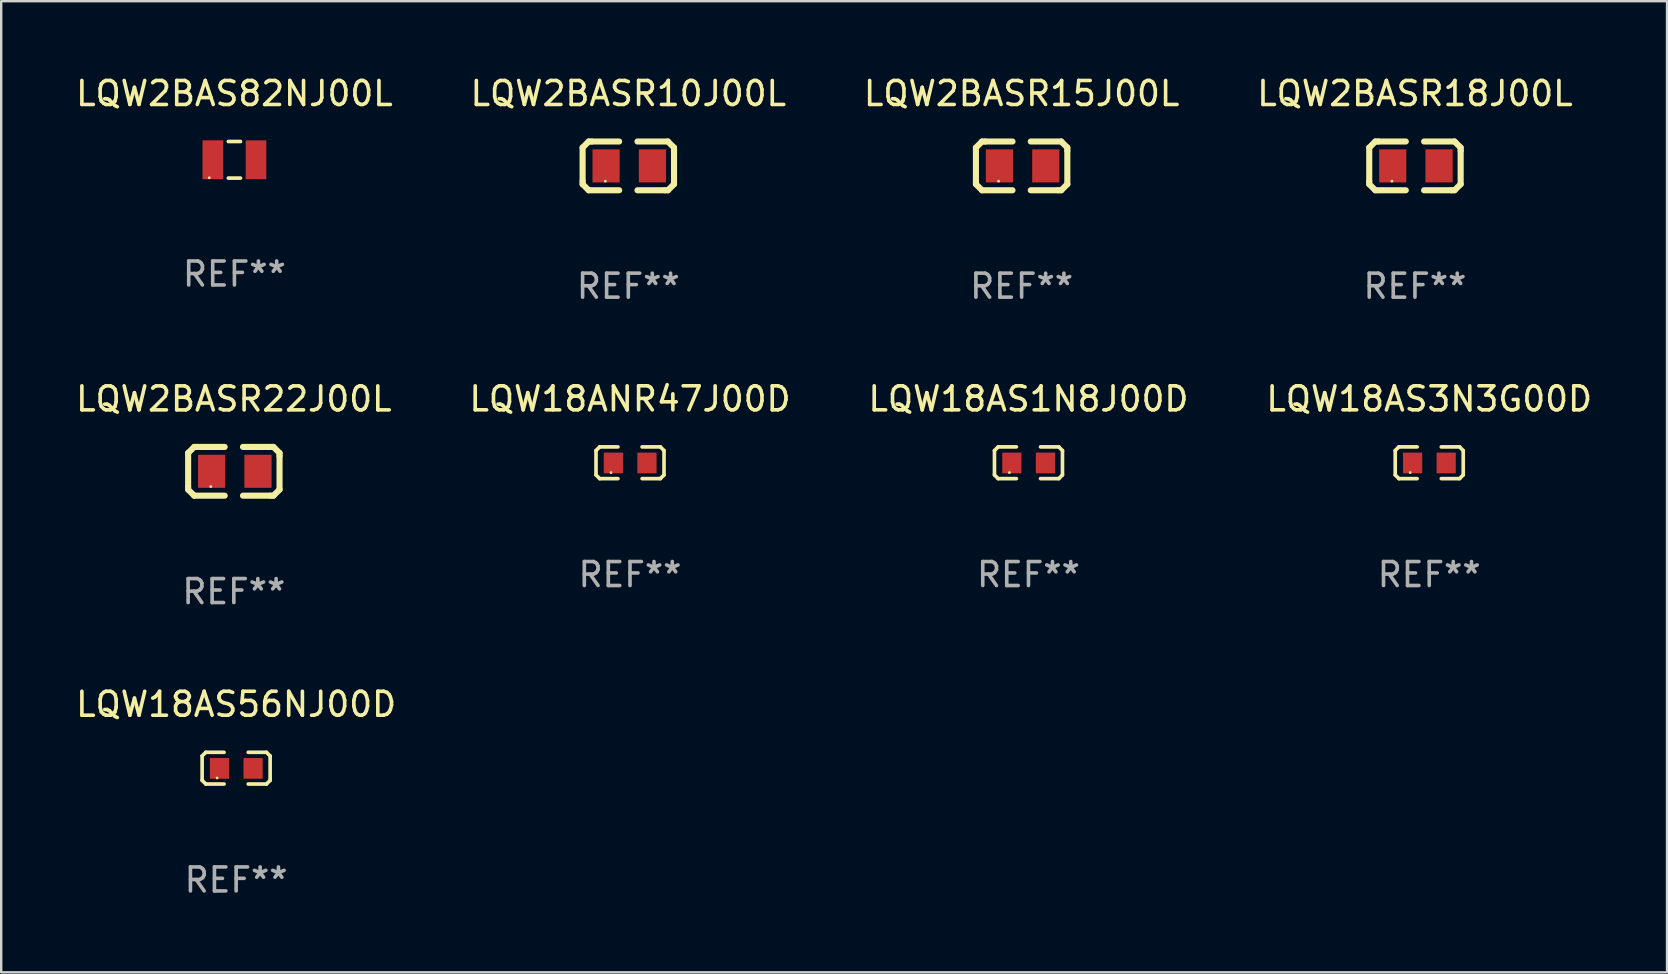
<source format=kicad_pcb>
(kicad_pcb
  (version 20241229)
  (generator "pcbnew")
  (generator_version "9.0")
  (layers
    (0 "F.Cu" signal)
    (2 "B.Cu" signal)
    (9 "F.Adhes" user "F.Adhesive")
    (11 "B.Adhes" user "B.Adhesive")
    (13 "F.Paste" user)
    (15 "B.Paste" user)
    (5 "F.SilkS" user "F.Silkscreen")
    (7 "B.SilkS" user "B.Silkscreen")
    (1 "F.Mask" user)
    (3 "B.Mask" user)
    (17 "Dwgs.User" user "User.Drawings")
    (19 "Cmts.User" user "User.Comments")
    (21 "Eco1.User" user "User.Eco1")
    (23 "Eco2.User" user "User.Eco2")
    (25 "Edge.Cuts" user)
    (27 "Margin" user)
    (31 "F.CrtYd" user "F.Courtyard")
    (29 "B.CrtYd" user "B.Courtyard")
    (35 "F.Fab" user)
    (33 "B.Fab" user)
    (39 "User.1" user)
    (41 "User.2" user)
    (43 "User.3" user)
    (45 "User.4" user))
  (footprint "LQW2BASR10J00L"
    (layer "F.Cu")
    (at 23.137 3.864)
    (property "Reference" "LQW2BASR10J00L" (at 0 -3.016 0) (layer "F.SilkS") (effects (font (size 1 1) (thickness 0.15))))
    (attr through_hole)
    (fp_line (start -1.905 -0.762) (end -1.905 0.635) (stroke (width 0.254) (type solid)) (layer "F.SilkS"))
    (fp_line (start -1.905 0.635) (end -1.905 0.762) (stroke (width 0.254) (type solid)) (layer "F.SilkS"))
    (fp_line (start -1.905 0.762) (end -1.651 1.016) (stroke (width 0.254) (type solid)) (layer "F.SilkS"))
    (fp_line (start -1.651 -1.016) (end -1.905 -0.762) (stroke (width 0.254) (type solid)) (layer "F.SilkS"))
    (fp_line (start -1.651 1.016) (end -0.381 1.016) (stroke (width 0.254) (type solid)) (layer "F.SilkS"))
    (fp_line (start -1.524 -1.016) (end -1.651 -1.016) (stroke (width 0.254) (type solid)) (layer "F.SilkS"))
    (fp_line (start -0.381 -1.016) (end -1.524 -1.016) (stroke (width 0.254) (type solid)) (layer "F.SilkS"))
    (fp_line (start 0.381 1.016) (end 1.524 1.016) (stroke (width 0.254) (type solid)) (layer "F.SilkS"))
    (fp_line (start 1.524 1.016) (end 1.651 1.016) (stroke (width 0.254) (type solid)) (layer "F.SilkS"))
    (fp_line (start 1.651 -1.016) (end 0.381 -1.016) (stroke (width 0.254) (type solid)) (layer "F.SilkS"))
    (fp_line (start 1.651 1.016) (end 1.905 0.762) (stroke (width 0.254) (type solid)) (layer "F.SilkS"))
    (fp_line (start 1.905 -0.762) (end 1.651 -1.016) (stroke (width 0.254) (type solid)) (layer "F.SilkS"))
    (fp_line (start 1.905 -0.635) (end 1.905 -0.762) (stroke (width 0.254) (type solid)) (layer "F.SilkS"))
    (fp_line (start 1.905 0.762) (end 1.905 -0.635) (stroke (width 0.254) (type solid)) (layer "F.SilkS"))
    (fp_circle (center -0.96 0.637) (end -0.93 0.637) (stroke (width 0.06) (type solid)) (fill no) (layer "F.SilkS"))
    (fp_text user "REF**" (at 0 5.016 0) (layer "F.Fab") (effects (font (size 1 1) (thickness 0.15))))
    (pad "1" smd rect (at -0.926 -0.000051) (size 1.133 1.377) (layers "F.Cu" "F.Mask" "F.Paste"))
    (pad "2" smd rect (at 1.006 -0.000051) (size 1.133 1.377) (layers "F.Cu" "F.Mask" "F.Paste")))
  (footprint "LQW18AS56NJ00D"
    (layer "F.Cu")
    (at 6.792 28.966)
    (property "Reference" "LQW18AS56NJ00D" (at 0 -2.661 0) (layer "F.SilkS") (effects (font (size 1 1) (thickness 0.15))))
    (attr through_hole)
    (fp_line (start -1.417 -0.508) (end -1.265 -0.661) (stroke (width 0.152) (type solid)) (layer "F.SilkS"))
    (fp_line (start -1.417 0.508) (end -1.417 -0.508) (stroke (width 0.152) (type solid)) (layer "F.SilkS"))
    (fp_line (start -1.265 -0.661) (end -0.503 -0.661) (stroke (width 0.152) (type solid)) (layer "F.SilkS"))
    (fp_line (start -1.265 0.661) (end -1.417 0.508) (stroke (width 0.152) (type solid)) (layer "F.SilkS"))
    (fp_line (start -1.265 0.661) (end -0.503 0.661) (stroke (width 0.152) (type solid)) (layer "F.SilkS"))
    (fp_line (start 1.265 -0.661) (end 0.503 -0.661) (stroke (width 0.152) (type solid)) (layer "F.SilkS"))
    (fp_line (start 1.265 -0.661) (end 1.417 -0.508) (stroke (width 0.152) (type solid)) (layer "F.SilkS"))
    (fp_line (start 1.265 0.661) (end 0.503 0.661) (stroke (width 0.152) (type solid)) (layer "F.SilkS"))
    (fp_line (start 1.417 -0.508) (end 1.417 0.508) (stroke (width 0.152) (type solid)) (layer "F.SilkS"))
    (fp_line (start 1.417 0.508) (end 1.265 0.661) (stroke (width 0.152) (type solid)) (layer "F.SilkS"))
    (fp_circle (center -0.793 0.409) (end -0.763 0.409) (stroke (width 0.06) (type solid)) (fill no) (layer "F.SilkS"))
    (fp_text user "REF**" (at 0 4.661 0) (layer "F.Fab") (effects (font (size 1 1) (thickness 0.15))))
    (pad "1" smd rect (at -0.693 0.009 180) (size 0.8 0.864) (layers "F.Cu" "F.Mask" "F.Paste"))
    (pad "2" smd rect (at 0.707 0.009 180) (size 0.8 0.864) (layers "F.Cu" "F.Mask" "F.Paste")))
  (footprint "LQW2BASR18J00L"
    (layer "F.Cu")
    (at 55.923 3.864)
    (property "Reference" "LQW2BASR18J00L" (at 0 -3.016 0) (layer "F.SilkS") (effects (font (size 1 1) (thickness 0.15))))
    (attr through_hole)
    (fp_line (start -1.905 -0.762) (end -1.905 0.635) (stroke (width 0.254) (type solid)) (layer "F.SilkS"))
    (fp_line (start -1.905 0.635) (end -1.905 0.762) (stroke (width 0.254) (type solid)) (layer "F.SilkS"))
    (fp_line (start -1.905 0.762) (end -1.651 1.016) (stroke (width 0.254) (type solid)) (layer "F.SilkS"))
    (fp_line (start -1.651 -1.016) (end -1.905 -0.762) (stroke (width 0.254) (type solid)) (layer "F.SilkS"))
    (fp_line (start -1.651 1.016) (end -0.381 1.016) (stroke (width 0.254) (type solid)) (layer "F.SilkS"))
    (fp_line (start -1.524 -1.016) (end -1.651 -1.016) (stroke (width 0.254) (type solid)) (layer "F.SilkS"))
    (fp_line (start -0.381 -1.016) (end -1.524 -1.016) (stroke (width 0.254) (type solid)) (layer "F.SilkS"))
    (fp_line (start 0.381 1.016) (end 1.524 1.016) (stroke (width 0.254) (type solid)) (layer "F.SilkS"))
    (fp_line (start 1.524 1.016) (end 1.651 1.016) (stroke (width 0.254) (type solid)) (layer "F.SilkS"))
    (fp_line (start 1.651 -1.016) (end 0.381 -1.016) (stroke (width 0.254) (type solid)) (layer "F.SilkS"))
    (fp_line (start 1.651 1.016) (end 1.905 0.762) (stroke (width 0.254) (type solid)) (layer "F.SilkS"))
    (fp_line (start 1.905 -0.762) (end 1.651 -1.016) (stroke (width 0.254) (type solid)) (layer "F.SilkS"))
    (fp_line (start 1.905 -0.635) (end 1.905 -0.762) (stroke (width 0.254) (type solid)) (layer "F.SilkS"))
    (fp_line (start 1.905 0.762) (end 1.905 -0.635) (stroke (width 0.254) (type solid)) (layer "F.SilkS"))
    (fp_circle (center -0.96 0.637) (end -0.93 0.637) (stroke (width 0.06) (type solid)) (fill no) (layer "F.SilkS"))
    (fp_text user "REF**" (at 0 5.016 0) (layer "F.Fab") (effects (font (size 1 1) (thickness 0.15))))
    (pad "1" smd rect (at -0.926 -0.000051) (size 1.133 1.377) (layers "F.Cu" "F.Mask" "F.Paste"))
    (pad "2" smd rect (at 1.006 -0.000051) (size 1.133 1.377) (layers "F.Cu" "F.Mask" "F.Paste")))
  (footprint "LQW18AS3N3G00D"
    (layer "F.Cu")
    (at 56.518 16.237)
    (property "Reference" "LQW18AS3N3G00D" (at 0 -2.661 0) (layer "F.SilkS") (effects (font (size 1 1) (thickness 0.15))))
    (attr through_hole)
    (fp_line (start -1.417 -0.508) (end -1.265 -0.661) (stroke (width 0.152) (type solid)) (layer "F.SilkS"))
    (fp_line (start -1.417 0.508) (end -1.417 -0.508) (stroke (width 0.152) (type solid)) (layer "F.SilkS"))
    (fp_line (start -1.265 -0.661) (end -0.503 -0.661) (stroke (width 0.152) (type solid)) (layer "F.SilkS"))
    (fp_line (start -1.265 0.661) (end -1.417 0.508) (stroke (width 0.152) (type solid)) (layer "F.SilkS"))
    (fp_line (start -1.265 0.661) (end -0.503 0.661) (stroke (width 0.152) (type solid)) (layer "F.SilkS"))
    (fp_line (start 1.265 -0.661) (end 0.503 -0.661) (stroke (width 0.152) (type solid)) (layer "F.SilkS"))
    (fp_line (start 1.265 -0.661) (end 1.417 -0.508) (stroke (width 0.152) (type solid)) (layer "F.SilkS"))
    (fp_line (start 1.265 0.661) (end 0.503 0.661) (stroke (width 0.152) (type solid)) (layer "F.SilkS"))
    (fp_line (start 1.417 -0.508) (end 1.417 0.508) (stroke (width 0.152) (type solid)) (layer "F.SilkS"))
    (fp_line (start 1.417 0.508) (end 1.265 0.661) (stroke (width 0.152) (type solid)) (layer "F.SilkS"))
    (fp_circle (center -0.793 0.409) (end -0.763 0.409) (stroke (width 0.06) (type solid)) (fill no) (layer "F.SilkS"))
    (fp_text user "REF**" (at 0 4.661 0) (layer "F.Fab") (effects (font (size 1 1) (thickness 0.15))))
    (pad "1" smd rect (at -0.693 0.009 180) (size 0.8 0.864) (layers "F.Cu" "F.Mask" "F.Paste"))
    (pad "2" smd rect (at 0.707 0.009 180) (size 0.8 0.864) (layers "F.Cu" "F.Mask" "F.Paste")))
  (footprint "LQW18AS1N8J00D"
    (layer "F.Cu")
    (at 39.815 16.237)
    (property "Reference" "LQW18AS1N8J00D" (at 0 -2.661 0) (layer "F.SilkS") (effects (font (size 1 1) (thickness 0.15))))
    (attr through_hole)
    (fp_line (start -1.417 -0.508) (end -1.265 -0.661) (stroke (width 0.152) (type solid)) (layer "F.SilkS"))
    (fp_line (start -1.417 0.508) (end -1.417 -0.508) (stroke (width 0.152) (type solid)) (layer "F.SilkS"))
    (fp_line (start -1.265 -0.661) (end -0.503 -0.661) (stroke (width 0.152) (type solid)) (layer "F.SilkS"))
    (fp_line (start -1.265 0.661) (end -1.417 0.508) (stroke (width 0.152) (type solid)) (layer "F.SilkS"))
    (fp_line (start -1.265 0.661) (end -0.503 0.661) (stroke (width 0.152) (type solid)) (layer "F.SilkS"))
    (fp_line (start 1.265 -0.661) (end 0.503 -0.661) (stroke (width 0.152) (type solid)) (layer "F.SilkS"))
    (fp_line (start 1.265 -0.661) (end 1.417 -0.508) (stroke (width 0.152) (type solid)) (layer "F.SilkS"))
    (fp_line (start 1.265 0.661) (end 0.503 0.661) (stroke (width 0.152) (type solid)) (layer "F.SilkS"))
    (fp_line (start 1.417 -0.508) (end 1.417 0.508) (stroke (width 0.152) (type solid)) (layer "F.SilkS"))
    (fp_line (start 1.417 0.508) (end 1.265 0.661) (stroke (width 0.152) (type solid)) (layer "F.SilkS"))
    (fp_circle (center -0.793 0.409) (end -0.763 0.409) (stroke (width 0.06) (type solid)) (fill no) (layer "F.SilkS"))
    (fp_text user "REF**" (at 0 4.661 0) (layer "F.Fab") (effects (font (size 1 1) (thickness 0.15))))
    (pad "1" smd rect (at -0.693 0.009 180) (size 0.8 0.864) (layers "F.Cu" "F.Mask" "F.Paste"))
    (pad "2" smd rect (at 0.707 0.009 180) (size 0.8 0.864) (layers "F.Cu" "F.Mask" "F.Paste")))
  (footprint "LQW18ANR47J00D"
    (layer "F.Cu")
    (at 23.208 16.237)
    (property "Reference" "LQW18ANR47J00D" (at 0 -2.661 0) (layer "F.SilkS") (effects (font (size 1 1) (thickness 0.15))))
    (attr through_hole)
    (fp_line (start -1.417 -0.508) (end -1.265 -0.661) (stroke (width 0.152) (type solid)) (layer "F.SilkS"))
    (fp_line (start -1.417 0.508) (end -1.417 -0.508) (stroke (width 0.152) (type solid)) (layer "F.SilkS"))
    (fp_line (start -1.265 -0.661) (end -0.503 -0.661) (stroke (width 0.152) (type solid)) (layer "F.SilkS"))
    (fp_line (start -1.265 0.661) (end -1.417 0.508) (stroke (width 0.152) (type solid)) (layer "F.SilkS"))
    (fp_line (start -1.265 0.661) (end -0.503 0.661) (stroke (width 0.152) (type solid)) (layer "F.SilkS"))
    (fp_line (start 1.265 -0.661) (end 0.503 -0.661) (stroke (width 0.152) (type solid)) (layer "F.SilkS"))
    (fp_line (start 1.265 -0.661) (end 1.417 -0.508) (stroke (width 0.152) (type solid)) (layer "F.SilkS"))
    (fp_line (start 1.265 0.661) (end 0.503 0.661) (stroke (width 0.152) (type solid)) (layer "F.SilkS"))
    (fp_line (start 1.417 -0.508) (end 1.417 0.508) (stroke (width 0.152) (type solid)) (layer "F.SilkS"))
    (fp_line (start 1.417 0.508) (end 1.265 0.661) (stroke (width 0.152) (type solid)) (layer "F.SilkS"))
    (fp_circle (center -0.793 0.409) (end -0.763 0.409) (stroke (width 0.06) (type solid)) (fill no) (layer "F.SilkS"))
    (fp_text user "REF**" (at 0 4.661 0) (layer "F.Fab") (effects (font (size 1 1) (thickness 0.15))))
    (pad "1" smd rect (at -0.693 0.009 180) (size 0.8 0.864) (layers "F.Cu" "F.Mask" "F.Paste"))
    (pad "2" smd rect (at 0.707 0.009 180) (size 0.8 0.864) (layers "F.Cu" "F.Mask" "F.Paste")))
  (footprint "LQW2BAS82NJ00L"
    (layer "F.Cu")
    (at 6.72 3.61)
    (property "Reference" "LQW2BAS82NJ00L" (at 0 -2.762 0) (layer "F.SilkS") (effects (font (size 1 1) (thickness 0.15))))
    (attr through_hole)
    (fp_line (start -0.254 -0.762) (end 0.254 -0.762) (stroke (width 0.152) (type solid)) (layer "F.SilkS"))
    (fp_line (start -0.254 0.762) (end 0.254 0.762) (stroke (width 0.152) (type solid)) (layer "F.SilkS"))
    (fp_circle (center -1.05 0.75) (end -1.02 0.75) (stroke (width 0.06) (type solid)) (fill no) (layer "F.SilkS"))
    (fp_text user "REF**" (at 0 4.762 0) (layer "F.Fab") (effects (font (size 1 1) (thickness 0.15))))
    (pad "1" smd rect (at -0.9 0) (size 0.86 1.62) (layers "F.Cu" "F.Mask" "F.Paste"))
    (pad "2" smd rect (at 0.9 0) (size 0.86 1.62) (layers "F.Cu" "F.Mask" "F.Paste")))
  (footprint "LQW2BASR22J00L"
    (layer "F.Cu")
    (at 6.696 16.593)
    (property "Reference" "LQW2BASR22J00L" (at 0 -3.016 0) (layer "F.SilkS") (effects (font (size 1 1) (thickness 0.15))))
    (attr through_hole)
    (fp_line (start -1.905 -0.762) (end -1.905 0.635) (stroke (width 0.254) (type solid)) (layer "F.SilkS"))
    (fp_line (start -1.905 0.635) (end -1.905 0.762) (stroke (width 0.254) (type solid)) (layer "F.SilkS"))
    (fp_line (start -1.905 0.762) (end -1.651 1.016) (stroke (width 0.254) (type solid)) (layer "F.SilkS"))
    (fp_line (start -1.651 -1.016) (end -1.905 -0.762) (stroke (width 0.254) (type solid)) (layer "F.SilkS"))
    (fp_line (start -1.651 1.016) (end -0.381 1.016) (stroke (width 0.254) (type solid)) (layer "F.SilkS"))
    (fp_line (start -1.524 -1.016) (end -1.651 -1.016) (stroke (width 0.254) (type solid)) (layer "F.SilkS"))
    (fp_line (start -0.381 -1.016) (end -1.524 -1.016) (stroke (width 0.254) (type solid)) (layer "F.SilkS"))
    (fp_line (start 0.381 1.016) (end 1.524 1.016) (stroke (width 0.254) (type solid)) (layer "F.SilkS"))
    (fp_line (start 1.524 1.016) (end 1.651 1.016) (stroke (width 0.254) (type solid)) (layer "F.SilkS"))
    (fp_line (start 1.651 -1.016) (end 0.381 -1.016) (stroke (width 0.254) (type solid)) (layer "F.SilkS"))
    (fp_line (start 1.651 1.016) (end 1.905 0.762) (stroke (width 0.254) (type solid)) (layer "F.SilkS"))
    (fp_line (start 1.905 -0.762) (end 1.651 -1.016) (stroke (width 0.254) (type solid)) (layer "F.SilkS"))
    (fp_line (start 1.905 -0.635) (end 1.905 -0.762) (stroke (width 0.254) (type solid)) (layer "F.SilkS"))
    (fp_line (start 1.905 0.762) (end 1.905 -0.635) (stroke (width 0.254) (type solid)) (layer "F.SilkS"))
    (fp_circle (center -0.96 0.637) (end -0.93 0.637) (stroke (width 0.06) (type solid)) (fill no) (layer "F.SilkS"))
    (fp_text user "REF**" (at 0 5.016 0) (layer "F.Fab") (effects (font (size 1 1) (thickness 0.15))))
    (pad "1" smd rect (at -0.926 -0.000051) (size 1.133 1.377) (layers "F.Cu" "F.Mask" "F.Paste"))
    (pad "2" smd rect (at 1.006 -0.000051) (size 1.133 1.377) (layers "F.Cu" "F.Mask" "F.Paste")))
  (footprint "LQW2BASR15J00L"
    (layer "F.Cu")
    (at 39.53 3.864)
    (property "Reference" "LQW2BASR15J00L" (at 0 -3.016 0) (layer "F.SilkS") (effects (font (size 1 1) (thickness 0.15))))
    (attr through_hole)
    (fp_line (start -1.905 -0.762) (end -1.905 0.635) (stroke (width 0.254) (type solid)) (layer "F.SilkS"))
    (fp_line (start -1.905 0.635) (end -1.905 0.762) (stroke (width 0.254) (type solid)) (layer "F.SilkS"))
    (fp_line (start -1.905 0.762) (end -1.651 1.016) (stroke (width 0.254) (type solid)) (layer "F.SilkS"))
    (fp_line (start -1.651 -1.016) (end -1.905 -0.762) (stroke (width 0.254) (type solid)) (layer "F.SilkS"))
    (fp_line (start -1.651 1.016) (end -0.381 1.016) (stroke (width 0.254) (type solid)) (layer "F.SilkS"))
    (fp_line (start -1.524 -1.016) (end -1.651 -1.016) (stroke (width 0.254) (type solid)) (layer "F.SilkS"))
    (fp_line (start -0.381 -1.016) (end -1.524 -1.016) (stroke (width 0.254) (type solid)) (layer "F.SilkS"))
    (fp_line (start 0.381 1.016) (end 1.524 1.016) (stroke (width 0.254) (type solid)) (layer "F.SilkS"))
    (fp_line (start 1.524 1.016) (end 1.651 1.016) (stroke (width 0.254) (type solid)) (layer "F.SilkS"))
    (fp_line (start 1.651 -1.016) (end 0.381 -1.016) (stroke (width 0.254) (type solid)) (layer "F.SilkS"))
    (fp_line (start 1.651 1.016) (end 1.905 0.762) (stroke (width 0.254) (type solid)) (layer "F.SilkS"))
    (fp_line (start 1.905 -0.762) (end 1.651 -1.016) (stroke (width 0.254) (type solid)) (layer "F.SilkS"))
    (fp_line (start 1.905 -0.635) (end 1.905 -0.762) (stroke (width 0.254) (type solid)) (layer "F.SilkS"))
    (fp_line (start 1.905 0.762) (end 1.905 -0.635) (stroke (width 0.254) (type solid)) (layer "F.SilkS"))
    (fp_circle (center -0.96 0.637) (end -0.93 0.637) (stroke (width 0.06) (type solid)) (fill no) (layer "F.SilkS"))
    (fp_text user "REF**" (at 0 5.016 0) (layer "F.Fab") (effects (font (size 1 1) (thickness 0.15))))
    (pad "1" smd rect (at -0.926 -0.000051) (size 1.133 1.377) (layers "F.Cu" "F.Mask" "F.Paste"))
    (pad "2" smd rect (at 1.006 -0.000051) (size 1.133 1.377) (layers "F.Cu" "F.Mask" "F.Paste")))
  (gr_rect
    (start -3 -3)
    (end 66.429 37.475)
    (stroke (width 0.1) (type default))
    (fill no)
    (layer "Edge.Cuts")))
</source>
